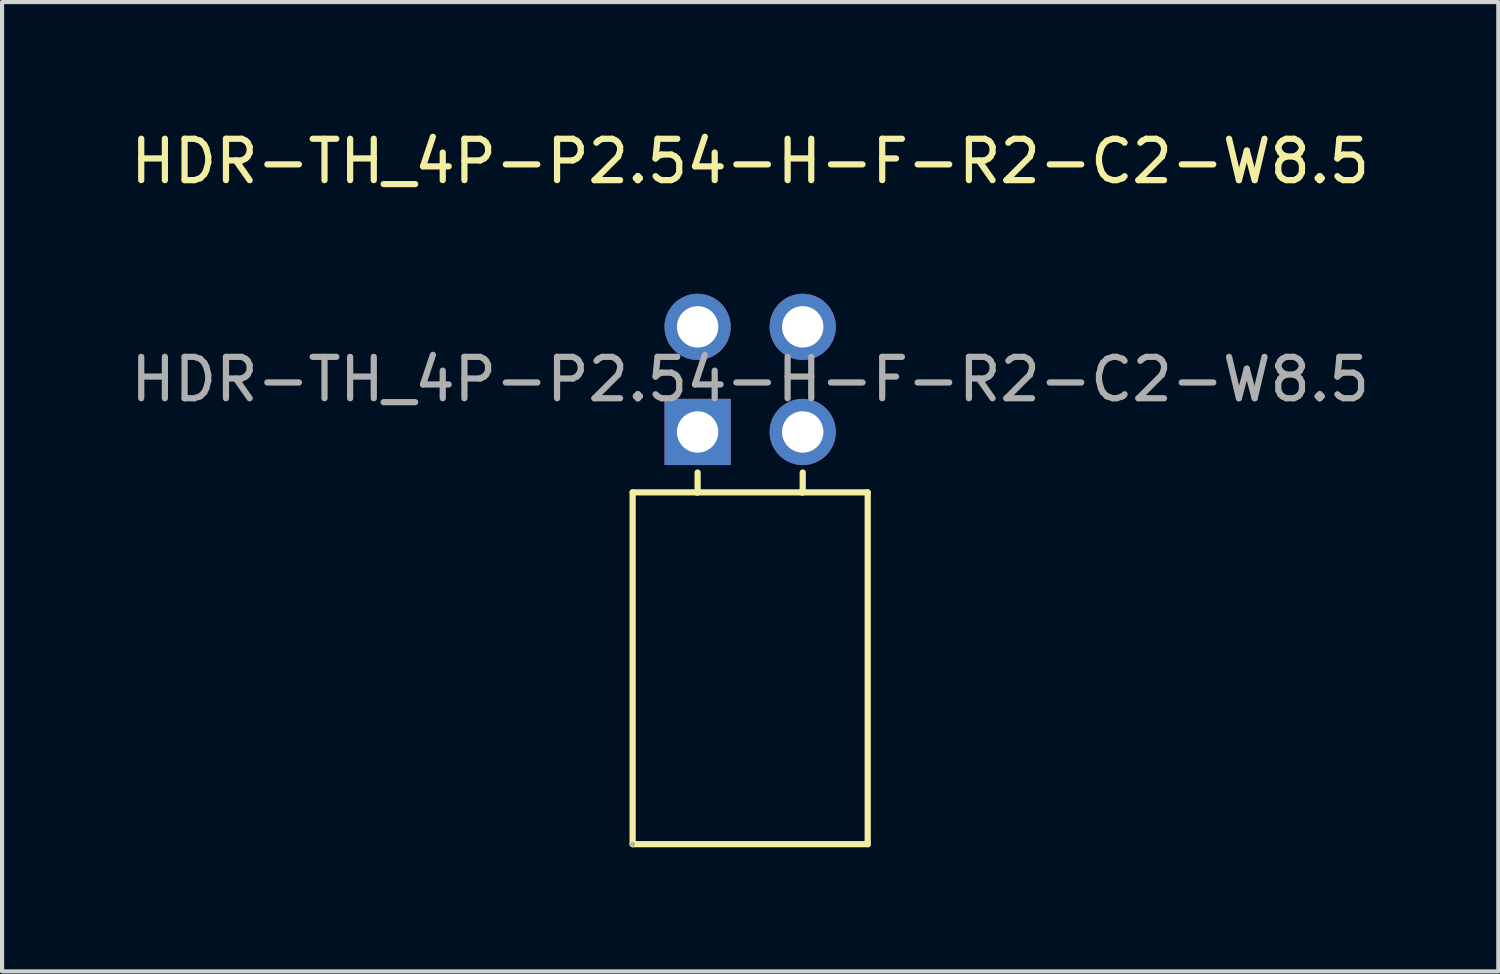
<source format=kicad_pcb>
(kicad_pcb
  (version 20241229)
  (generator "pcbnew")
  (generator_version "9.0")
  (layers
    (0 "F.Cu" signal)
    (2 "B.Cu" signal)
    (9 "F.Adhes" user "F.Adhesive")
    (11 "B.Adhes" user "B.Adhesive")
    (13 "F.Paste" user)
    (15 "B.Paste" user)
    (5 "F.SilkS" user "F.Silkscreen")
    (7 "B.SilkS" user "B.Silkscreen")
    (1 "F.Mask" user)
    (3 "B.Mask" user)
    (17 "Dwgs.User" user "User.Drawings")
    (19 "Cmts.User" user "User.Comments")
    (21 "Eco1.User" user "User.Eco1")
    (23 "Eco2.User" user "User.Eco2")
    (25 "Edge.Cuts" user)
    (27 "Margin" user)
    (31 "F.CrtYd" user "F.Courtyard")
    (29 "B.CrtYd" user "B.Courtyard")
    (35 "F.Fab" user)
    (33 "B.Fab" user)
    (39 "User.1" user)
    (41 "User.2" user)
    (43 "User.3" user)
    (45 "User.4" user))
  (footprint "HDR-TH_4P-P2.54-H-F-R2-C2-W8.5"
    (layer "F.Cu")
    (at 15.077 6.118)
    (property "Reference" "HDR-TH_4P-P2.54-H-F-R2-C2-W8.5" (at 0 -5.27 0) (layer "F.SilkS") (effects (font (size 1 1) (thickness 0.15))))
    (attr smd)
    (fp_line (start -2.84 2.73) (end 2.84 2.73) (stroke (width 0.15) (type solid)) (layer "F.SilkS"))
    (fp_line (start -2.84 11.23) (end -2.84 2.73) (stroke (width 0.15) (type solid)) (layer "F.SilkS"))
    (fp_line (start -1.27 2.25) (end -1.27 2.73) (stroke (width 0.15) (type solid)) (layer "F.SilkS"))
    (fp_line (start -1.27 2.73) (end -1.3 2.73) (stroke (width 0.15) (type solid)) (layer "F.SilkS"))
    (fp_line (start 1.27 2.25) (end 1.27 2.73) (stroke (width 0.15) (type solid)) (layer "F.SilkS"))
    (fp_line (start 1.27 2.73) (end 1.24 2.73) (stroke (width 0.15) (type solid)) (layer "F.SilkS"))
    (fp_line (start 2.84 2.73) (end 2.84 11.23) (stroke (width 0.15) (type solid)) (layer "F.SilkS"))
    (fp_line (start 2.84 11.23) (end -2.84 11.23) (stroke (width 0.15) (type solid)) (layer "F.SilkS"))
    (fp_circle (center -2.84 11.23) (end -2.81 11.23) (stroke (width 0.06) (type solid)) (fill no) (layer "F.Fab"))
    (fp_text user "${REFERENCE}" (at 0 0 0) (layer "F.Fab") (effects (font (size 1 1) (thickness 0.15))))
    (pad "1" thru_hole rect (at -1.27 1.27) (size 1.6 1.6) (drill 1) (layers "*.Cu" "*.Paste" "*.Mask"))
    (pad "2" thru_hole circle (at -1.27 -1.27) (size 1.6 1.6) (drill 1) (layers "*.Cu" "*.Paste" "*.Mask"))
    (pad "3" thru_hole circle (at 1.27 1.27) (size 1.6 1.6) (drill 1) (layers "*.Cu" "*.Paste" "*.Mask"))
    (pad "4" thru_hole circle (at 1.27 -1.27) (size 1.6 1.6) (drill 1) (layers "*.Cu" "*.Paste" "*.Mask")))
  (gr_rect
    (start -3 -3)
    (end 33.155 20.423)
    (stroke (width 0.1) (type default))
    (fill no)
    (layer "Edge.Cuts")))
</source>
